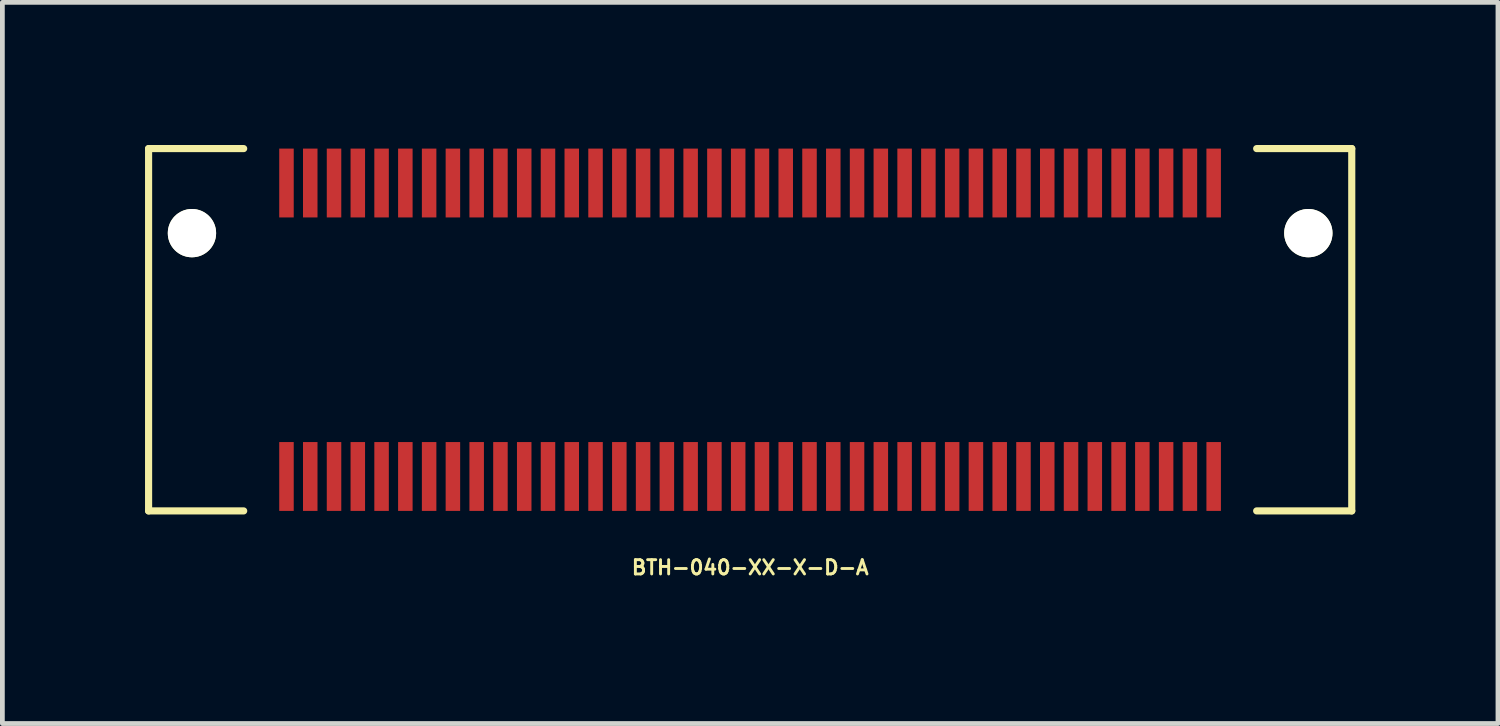
<source format=kicad_pcb>
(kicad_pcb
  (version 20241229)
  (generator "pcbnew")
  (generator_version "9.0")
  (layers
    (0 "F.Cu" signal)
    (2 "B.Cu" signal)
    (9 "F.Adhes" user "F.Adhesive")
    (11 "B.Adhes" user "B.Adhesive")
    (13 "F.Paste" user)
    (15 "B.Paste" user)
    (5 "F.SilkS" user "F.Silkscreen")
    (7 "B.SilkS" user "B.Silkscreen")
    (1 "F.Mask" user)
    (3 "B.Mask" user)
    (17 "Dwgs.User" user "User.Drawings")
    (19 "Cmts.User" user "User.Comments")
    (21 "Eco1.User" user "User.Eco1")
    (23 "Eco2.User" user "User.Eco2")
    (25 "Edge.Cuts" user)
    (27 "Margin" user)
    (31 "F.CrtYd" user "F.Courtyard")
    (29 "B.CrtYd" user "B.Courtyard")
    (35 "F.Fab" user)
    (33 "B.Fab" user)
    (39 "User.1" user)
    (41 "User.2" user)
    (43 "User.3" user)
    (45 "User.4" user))
  (footprint "BTH-040-XX-X-D-A"
    (layer "F.Cu")
    (at 12.727 3.885)
    (property "Reference" "BTH-040-XX-X-D-A" (at 0 5 0) (layer "F.SilkS") (effects (font (size 0.3 0.3) (thickness 0.061))))
    (attr smd)
    (fp_line (start -12.652 -3.81) (end -12.652 3.81) (stroke (width 0.15) (type solid)) (layer "F.SilkS"))
    (fp_line (start -12.652 3.81) (end -10.652 3.81) (stroke (width 0.15) (type solid)) (layer "F.SilkS"))
    (fp_line (start -10.652 -3.81) (end -12.652 -3.81) (stroke (width 0.15) (type solid)) (layer "F.SilkS"))
    (fp_line (start 10.652 -3.81) (end 12.652 -3.81) (stroke (width 0.15) (type solid)) (layer "F.SilkS"))
    (fp_line (start 12.652 -3.81) (end 12.652 3.81) (stroke (width 0.15) (type solid)) (layer "F.SilkS"))
    (fp_line (start 12.652 3.81) (end 10.652 3.81) (stroke (width 0.15) (type solid)) (layer "F.SilkS"))
    (pad "" np_thru_hole circle (at -11.74 -2.032) (size 1.016 1.016) (drill 1.016) (layers "*.Cu" "*.Mask" "F.SilkS"))
    (pad "" np_thru_hole circle (at 11.739 -2.032) (size 1.016 1.016) (drill 1.016) (layers "*.Cu" "*.Mask" "F.SilkS"))
    (pad "1" smd rect (at -9.752 -3.086) (size 0.305 1.448) (layers "F.Cu" "F.Mask" "F.Paste"))
    (pad "2" smd rect (at -9.752 3.086) (size 0.305 1.448) (layers "F.Cu" "F.Mask" "F.Paste"))
    (pad "3" smd rect (at -9.252 -3.086) (size 0.305 1.448) (layers "F.Cu" "F.Mask" "F.Paste"))
    (pad "4" smd rect (at -9.252 3.086) (size 0.305 1.448) (layers "F.Cu" "F.Mask" "F.Paste"))
    (pad "5" smd rect (at -8.752 -3.086) (size 0.305 1.448) (layers "F.Cu" "F.Mask" "F.Paste"))
    (pad "6" smd rect (at -8.752 3.086) (size 0.305 1.448) (layers "F.Cu" "F.Mask" "F.Paste"))
    (pad "7" smd rect (at -8.252 -3.086) (size 0.305 1.448) (layers "F.Cu" "F.Mask" "F.Paste"))
    (pad "8" smd rect (at -8.252 3.086) (size 0.305 1.448) (layers "F.Cu" "F.Mask" "F.Paste"))
    (pad "9" smd rect (at -7.752 -3.086) (size 0.305 1.448) (layers "F.Cu" "F.Mask" "F.Paste"))
    (pad "10" smd rect (at -7.752 3.086) (size 0.305 1.448) (layers "F.Cu" "F.Mask" "F.Paste"))
    (pad "11" smd rect (at -7.252 -3.086) (size 0.305 1.448) (layers "F.Cu" "F.Mask" "F.Paste"))
    (pad "12" smd rect (at -7.252 3.086) (size 0.305 1.448) (layers "F.Cu" "F.Mask" "F.Paste"))
    (pad "13" smd rect (at -6.752 -3.086) (size 0.305 1.448) (layers "F.Cu" "F.Mask" "F.Paste"))
    (pad "14" smd rect (at -6.752 3.086) (size 0.305 1.448) (layers "F.Cu" "F.Mask" "F.Paste"))
    (pad "15" smd rect (at -6.252 -3.086) (size 0.305 1.448) (layers "F.Cu" "F.Mask" "F.Paste"))
    (pad "16" smd rect (at -6.252 3.086) (size 0.305 1.448) (layers "F.Cu" "F.Mask" "F.Paste"))
    (pad "17" smd rect (at -5.752 -3.086) (size 0.305 1.448) (layers "F.Cu" "F.Mask" "F.Paste"))
    (pad "18" smd rect (at -5.752 3.086) (size 0.305 1.448) (layers "F.Cu" "F.Mask" "F.Paste"))
    (pad "19" smd rect (at -5.252 -3.086) (size 0.305 1.448) (layers "F.Cu" "F.Mask" "F.Paste"))
    (pad "20" smd rect (at -5.252 3.086) (size 0.305 1.448) (layers "F.Cu" "F.Mask" "F.Paste"))
    (pad "21" smd rect (at -4.752 -3.086) (size 0.305 1.448) (layers "F.Cu" "F.Mask" "F.Paste"))
    (pad "22" smd rect (at -4.752 3.086) (size 0.305 1.448) (layers "F.Cu" "F.Mask" "F.Paste"))
    (pad "23" smd rect (at -4.252 -3.086) (size 0.305 1.448) (layers "F.Cu" "F.Mask" "F.Paste"))
    (pad "24" smd rect (at -4.252 3.086) (size 0.305 1.448) (layers "F.Cu" "F.Mask" "F.Paste"))
    (pad "25" smd rect (at -3.752 -3.086) (size 0.305 1.448) (layers "F.Cu" "F.Mask" "F.Paste"))
    (pad "26" smd rect (at -3.752 3.086) (size 0.305 1.448) (layers "F.Cu" "F.Mask" "F.Paste"))
    (pad "27" smd rect (at -3.252 -3.086) (size 0.305 1.448) (layers "F.Cu" "F.Mask" "F.Paste"))
    (pad "28" smd rect (at -3.252 3.086) (size 0.305 1.448) (layers "F.Cu" "F.Mask" "F.Paste"))
    (pad "29" smd rect (at -2.752 -3.086) (size 0.305 1.448) (layers "F.Cu" "F.Mask" "F.Paste"))
    (pad "30" smd rect (at -2.752 3.086) (size 0.305 1.448) (layers "F.Cu" "F.Mask" "F.Paste"))
    (pad "31" smd rect (at -2.252 -3.086) (size 0.305 1.448) (layers "F.Cu" "F.Mask" "F.Paste"))
    (pad "32" smd rect (at -2.252 3.086) (size 0.305 1.448) (layers "F.Cu" "F.Mask" "F.Paste"))
    (pad "33" smd rect (at -1.752 -3.086) (size 0.305 1.448) (layers "F.Cu" "F.Mask" "F.Paste"))
    (pad "34" smd rect (at -1.752 3.086) (size 0.305 1.448) (layers "F.Cu" "F.Mask" "F.Paste"))
    (pad "35" smd rect (at -1.252 -3.086) (size 0.305 1.448) (layers "F.Cu" "F.Mask" "F.Paste"))
    (pad "36" smd rect (at -1.252 3.086) (size 0.305 1.448) (layers "F.Cu" "F.Mask" "F.Paste"))
    (pad "37" smd rect (at -0.752 -3.086) (size 0.305 1.448) (layers "F.Cu" "F.Mask" "F.Paste"))
    (pad "38" smd rect (at -0.752 3.086) (size 0.305 1.448) (layers "F.Cu" "F.Mask" "F.Paste"))
    (pad "39" smd rect (at -0.252 -3.086) (size 0.305 1.448) (layers "F.Cu" "F.Mask" "F.Paste"))
    (pad "40" smd rect (at -0.252 3.086) (size 0.305 1.448) (layers "F.Cu" "F.Mask" "F.Paste"))
    (pad "41" smd rect (at 0.248 -3.086) (size 0.305 1.448) (layers "F.Cu" "F.Mask" "F.Paste"))
    (pad "42" smd rect (at 0.248 3.086) (size 0.305 1.448) (layers "F.Cu" "F.Mask" "F.Paste"))
    (pad "43" smd rect (at 0.748 -3.086) (size 0.305 1.448) (layers "F.Cu" "F.Mask" "F.Paste"))
    (pad "44" smd rect (at 0.748 3.086) (size 0.305 1.448) (layers "F.Cu" "F.Mask" "F.Paste"))
    (pad "45" smd rect (at 1.248 -3.086) (size 0.305 1.448) (layers "F.Cu" "F.Mask" "F.Paste"))
    (pad "46" smd rect (at 1.248 3.086) (size 0.305 1.448) (layers "F.Cu" "F.Mask" "F.Paste"))
    (pad "47" smd rect (at 1.748 -3.086) (size 0.305 1.448) (layers "F.Cu" "F.Mask" "F.Paste"))
    (pad "48" smd rect (at 1.748 3.086) (size 0.305 1.448) (layers "F.Cu" "F.Mask" "F.Paste"))
    (pad "49" smd rect (at 2.248 -3.086) (size 0.305 1.448) (layers "F.Cu" "F.Mask" "F.Paste"))
    (pad "50" smd rect (at 2.248 3.086) (size 0.305 1.448) (layers "F.Cu" "F.Mask" "F.Paste"))
    (pad "51" smd rect (at 2.748 -3.086) (size 0.305 1.448) (layers "F.Cu" "F.Mask" "F.Paste"))
    (pad "52" smd rect (at 2.748 3.086) (size 0.305 1.448) (layers "F.Cu" "F.Mask" "F.Paste"))
    (pad "53" smd rect (at 3.248 -3.086) (size 0.305 1.448) (layers "F.Cu" "F.Mask" "F.Paste"))
    (pad "54" smd rect (at 3.248 3.086) (size 0.305 1.448) (layers "F.Cu" "F.Mask" "F.Paste"))
    (pad "55" smd rect (at 3.748 -3.086) (size 0.305 1.448) (layers "F.Cu" "F.Mask" "F.Paste"))
    (pad "56" smd rect (at 3.748 3.086) (size 0.305 1.448) (layers "F.Cu" "F.Mask" "F.Paste"))
    (pad "57" smd rect (at 4.248 -3.086) (size 0.305 1.448) (layers "F.Cu" "F.Mask" "F.Paste"))
    (pad "58" smd rect (at 4.248 3.086) (size 0.305 1.448) (layers "F.Cu" "F.Mask" "F.Paste"))
    (pad "59" smd rect (at 4.748 -3.086) (size 0.305 1.448) (layers "F.Cu" "F.Mask" "F.Paste"))
    (pad "60" smd rect (at 4.748 3.086) (size 0.305 1.448) (layers "F.Cu" "F.Mask" "F.Paste"))
    (pad "61" smd rect (at 5.248 -3.086) (size 0.305 1.448) (layers "F.Cu" "F.Mask" "F.Paste"))
    (pad "62" smd rect (at 5.248 3.086) (size 0.305 1.448) (layers "F.Cu" "F.Mask" "F.Paste"))
    (pad "63" smd rect (at 5.748 -3.086) (size 0.305 1.448) (layers "F.Cu" "F.Mask" "F.Paste"))
    (pad "64" smd rect (at 5.748 3.086) (size 0.305 1.448) (layers "F.Cu" "F.Mask" "F.Paste"))
    (pad "65" smd rect (at 6.248 -3.086) (size 0.305 1.448) (layers "F.Cu" "F.Mask" "F.Paste"))
    (pad "66" smd rect (at 6.248 3.086) (size 0.305 1.448) (layers "F.Cu" "F.Mask" "F.Paste"))
    (pad "67" smd rect (at 6.748 -3.086) (size 0.305 1.448) (layers "F.Cu" "F.Mask" "F.Paste"))
    (pad "68" smd rect (at 6.748 3.086) (size 0.305 1.448) (layers "F.Cu" "F.Mask" "F.Paste"))
    (pad "69" smd rect (at 7.248 -3.086) (size 0.305 1.448) (layers "F.Cu" "F.Mask" "F.Paste"))
    (pad "70" smd rect (at 7.248 3.086) (size 0.305 1.448) (layers "F.Cu" "F.Mask" "F.Paste"))
    (pad "71" smd rect (at 7.748 -3.086) (size 0.305 1.448) (layers "F.Cu" "F.Mask" "F.Paste"))
    (pad "72" smd rect (at 7.748 3.086) (size 0.305 1.448) (layers "F.Cu" "F.Mask" "F.Paste"))
    (pad "73" smd rect (at 8.248 -3.086) (size 0.305 1.448) (layers "F.Cu" "F.Mask" "F.Paste"))
    (pad "74" smd rect (at 8.248 3.086) (size 0.305 1.448) (layers "F.Cu" "F.Mask" "F.Paste"))
    (pad "75" smd rect (at 8.748 -3.086) (size 0.305 1.448) (layers "F.Cu" "F.Mask" "F.Paste"))
    (pad "76" smd rect (at 8.748 3.086) (size 0.305 1.448) (layers "F.Cu" "F.Mask" "F.Paste"))
    (pad "77" smd rect (at 9.248 -3.086) (size 0.305 1.448) (layers "F.Cu" "F.Mask" "F.Paste"))
    (pad "78" smd rect (at 9.248 3.086) (size 0.305 1.448) (layers "F.Cu" "F.Mask" "F.Paste"))
    (pad "79" smd rect (at 9.748 -3.086) (size 0.305 1.448) (layers "F.Cu" "F.Mask" "F.Paste"))
    (pad "80" smd rect (at 9.748 3.086) (size 0.305 1.448) (layers "F.Cu" "F.Mask" "F.Paste")))
  (gr_rect
    (start -3 -3)
    (end 28.454 12.167)
    (stroke (width 0.1) (type default))
    (fill no)
    (layer "Edge.Cuts")))
</source>
